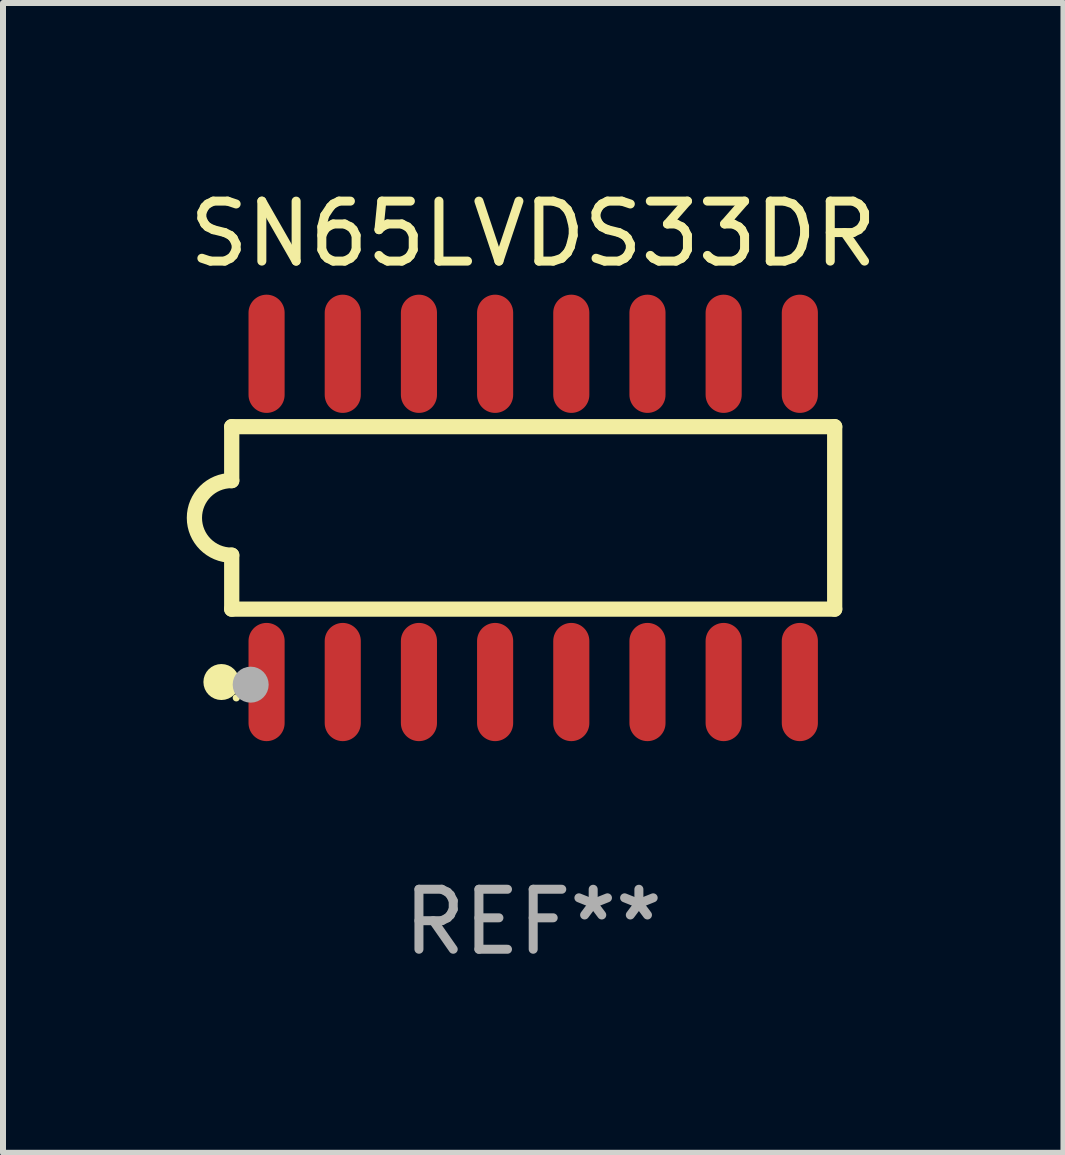
<source format=kicad_pcb>
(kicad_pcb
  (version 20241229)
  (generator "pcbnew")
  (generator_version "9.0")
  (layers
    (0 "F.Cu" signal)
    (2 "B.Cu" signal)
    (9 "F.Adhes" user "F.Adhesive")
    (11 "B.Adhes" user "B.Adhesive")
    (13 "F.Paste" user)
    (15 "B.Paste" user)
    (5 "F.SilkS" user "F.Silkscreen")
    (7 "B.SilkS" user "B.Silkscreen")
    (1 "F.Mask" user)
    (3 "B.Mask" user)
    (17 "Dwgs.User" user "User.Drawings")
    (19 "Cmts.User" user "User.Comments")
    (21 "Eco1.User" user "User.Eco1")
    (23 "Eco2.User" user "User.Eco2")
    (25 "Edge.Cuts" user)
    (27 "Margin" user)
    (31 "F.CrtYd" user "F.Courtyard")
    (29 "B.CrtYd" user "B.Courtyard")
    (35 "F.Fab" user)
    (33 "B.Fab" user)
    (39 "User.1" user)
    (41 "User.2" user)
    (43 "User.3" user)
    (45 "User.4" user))
  (footprint "SN65LVDS33DR"
    (layer "F.Cu")
    (at 5.839 5.584)
    (property "Reference" "SN65LVDS33DR" (at 0 -4.736 0) (layer "F.SilkS") (effects (font (size 1 1) (thickness 0.15))))
    (attr through_hole)
    (fp_line (start -5.026 -1.521) (end -5.026 -0.621) (stroke (width 0.254) (type solid)) (layer "F.SilkS"))
    (fp_line (start -5.026 -1.521) (end 5.026 -1.521) (stroke (width 0.254) (type solid)) (layer "F.SilkS"))
    (fp_line (start -5.026 1.521) (end -5.026 0.621) (stroke (width 0.254) (type solid)) (layer "F.SilkS"))
    (fp_line (start 5.026 -1.521) (end 5.026 1.521) (stroke (width 0.254) (type solid)) (layer "F.SilkS"))
    (fp_line (start 5.026 1.521) (end -5.026 1.521) (stroke (width 0.254) (type solid)) (layer "F.SilkS"))
    (fp_arc (start -5.026187 0.621387) (mid -5.647752 -0.000787) (end -5.025781 -0.622555) (stroke (width 0.254001) (type solid)) (layer "F.SilkS"))
    (fp_circle (center -5.198 2.736) (end -5.048 2.736) (stroke (width 0.3) (type solid)) (fill no) (layer "F.SilkS"))
    (fp_circle (center -4.95 3) (end -4.92 3) (stroke (width 0.06) (type solid)) (fill no) (layer "F.SilkS"))
    (fp_circle (center -4.71 2.78) (end -4.56 2.78) (stroke (width 0.3) (type solid)) (fill no) (layer "F.Fab"))
    (fp_text user "REF**" (at 0 6.736 0) (layer "F.Fab") (effects (font (size 1 1) (thickness 0.15))))
    (pad "1" smd oval (at -4.445 2.736) (size 0.602 1.971) (layers "F.Cu" "F.Mask" "F.Paste"))
    (pad "2" smd oval (at -3.175 2.736) (size 0.602 1.971) (layers "F.Cu" "F.Mask" "F.Paste"))
    (pad "3" smd oval (at -1.905 2.736) (size 0.602 1.971) (layers "F.Cu" "F.Mask" "F.Paste"))
    (pad "4" smd oval (at -0.635 2.736) (size 0.602 1.971) (layers "F.Cu" "F.Mask" "F.Paste"))
    (pad "5" smd oval (at 0.635 2.736) (size 0.602 1.971) (layers "F.Cu" "F.Mask" "F.Paste"))
    (pad "6" smd oval (at 1.905 2.736) (size 0.602 1.971) (layers "F.Cu" "F.Mask" "F.Paste"))
    (pad "7" smd oval (at 3.175 2.736) (size 0.602 1.971) (layers "F.Cu" "F.Mask" "F.Paste"))
    (pad "8" smd oval (at 4.445 2.736) (size 0.602 1.971) (layers "F.Cu" "F.Mask" "F.Paste"))
    (pad "9" smd oval (at 4.445 -2.736) (size 0.602 1.971) (layers "F.Cu" "F.Mask" "F.Paste"))
    (pad "10" smd oval (at 3.175 -2.736) (size 0.602 1.971) (layers "F.Cu" "F.Mask" "F.Paste"))
    (pad "11" smd oval (at 1.905 -2.736) (size 0.602 1.971) (layers "F.Cu" "F.Mask" "F.Paste"))
    (pad "12" smd oval (at 0.635 -2.736) (size 0.602 1.971) (layers "F.Cu" "F.Mask" "F.Paste"))
    (pad "13" smd oval (at -0.635 -2.736) (size 0.602 1.971) (layers "F.Cu" "F.Mask" "F.Paste"))
    (pad "14" smd oval (at -1.905 -2.736) (size 0.602 1.971) (layers "F.Cu" "F.Mask" "F.Paste"))
    (pad "15" smd oval (at -3.175 -2.736) (size 0.602 1.971) (layers "F.Cu" "F.Mask" "F.Paste"))
    (pad "16" smd oval (at -4.445 -2.736) (size 0.602 1.971) (layers "F.Cu" "F.Mask" "F.Paste")))
  (gr_rect
    (start -3 -3)
    (end 14.679 16.168)
    (stroke (width 0.1) (type default))
    (fill no)
    (layer "Edge.Cuts")))
</source>
